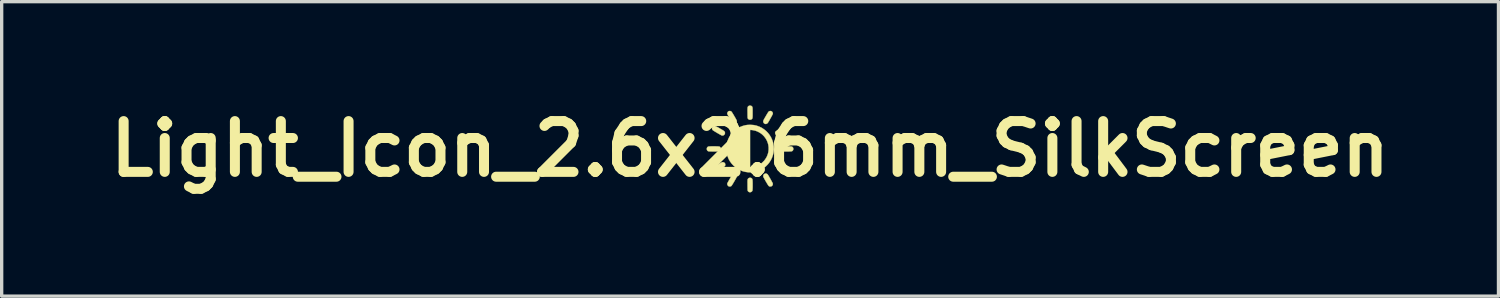
<source format=kicad_pcb>
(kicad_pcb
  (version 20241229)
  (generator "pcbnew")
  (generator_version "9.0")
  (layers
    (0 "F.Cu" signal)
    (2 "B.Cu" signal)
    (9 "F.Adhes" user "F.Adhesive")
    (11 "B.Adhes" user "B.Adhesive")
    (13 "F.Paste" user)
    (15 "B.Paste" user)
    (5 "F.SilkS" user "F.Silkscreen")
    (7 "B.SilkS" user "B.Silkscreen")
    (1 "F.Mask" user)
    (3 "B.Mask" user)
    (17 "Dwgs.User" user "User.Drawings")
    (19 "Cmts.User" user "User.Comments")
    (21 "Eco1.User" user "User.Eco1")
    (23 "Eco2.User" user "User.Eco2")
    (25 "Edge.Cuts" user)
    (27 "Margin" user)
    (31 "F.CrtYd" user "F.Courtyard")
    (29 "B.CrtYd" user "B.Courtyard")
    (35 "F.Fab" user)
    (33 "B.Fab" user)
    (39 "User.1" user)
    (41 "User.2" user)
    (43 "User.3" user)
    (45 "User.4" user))
  (footprint "Light_Icon_2.6x2.6mm_SilkScreen"
    (layer "F.Cu")
    (at 19.456 1.418)
    (property "Reference" "Light_Icon_2.6x2.6mm_SilkScreen" (at 0 0 0) (layer "F.SilkS") (effects (font (size 1.524 1.524) (thickness 0.3))))
    (attr through_hole)
    (fp_poly (pts (xy -1.059 -0.077) (xy -1.022 -0.076) (xy -0.988 -0.075) (xy -0.959 -0.074) (xy -0.936 -0.072) (xy -0.921 -0.069) (xy -0.916 -0.068) (xy -0.895 -0.053) (xy -0.882 -0.032) (xy -0.876 -0.005) (xy -0.876 0) (xy -0.88 0.028) (xy -0.892 0.05) (xy -0.912 0.066) (xy -0.916 0.068) (xy -0.927 0.071) (xy -0.947 0.073) (xy -0.973 0.075) (xy -1.005 0.076) (xy -1.04 0.077) (xy -1.077 0.077) (xy -1.115 0.077) (xy -1.152 0.076) (xy -1.186 0.075) (xy -1.215 0.074) (xy -1.238 0.072) (xy -1.254 0.069) (xy -1.259 0.068) (xy -1.28 0.052) (xy -1.293 0.031) (xy -1.298 0.004) (xy -1.298 0) (xy -1.294 -0.028) (xy -1.282 -0.05) (xy -1.262 -0.066) (xy -1.258 -0.068) (xy -1.247 -0.071) (xy -1.227 -0.073) (xy -1.201 -0.075) (xy -1.169 -0.076) (xy -1.134 -0.077) (xy -1.096 -0.077) (xy -1.059 -0.077)) (stroke (width 0.01) (type solid)) (fill yes) (layer "F.SilkS"))
    (fp_poly (pts (xy 1.116 -0.077) (xy 1.152 -0.076) (xy 1.186 -0.075) (xy 1.215 -0.074) (xy 1.238 -0.072) (xy 1.254 -0.069) (xy 1.258 -0.068) (xy 1.279 -0.053) (xy 1.293 -0.032) (xy 1.298 -0.005) (xy 1.298 0) (xy 1.294 0.028) (xy 1.282 0.05) (xy 1.262 0.066) (xy 1.258 0.068) (xy 1.247 0.071) (xy 1.227 0.073) (xy 1.201 0.075) (xy 1.169 0.076) (xy 1.134 0.077) (xy 1.097 0.077) (xy 1.059 0.077) (xy 1.022 0.076) (xy 0.989 0.075) (xy 0.959 0.074) (xy 0.936 0.072) (xy 0.92 0.069) (xy 0.916 0.068) (xy 0.894 0.052) (xy 0.881 0.031) (xy 0.876 0.004) (xy 0.876 0) (xy 0.88 -0.028) (xy 0.892 -0.05) (xy 0.912 -0.066) (xy 0.916 -0.068) (xy 0.927 -0.071) (xy 0.947 -0.073) (xy 0.973 -0.075) (xy 1.005 -0.076) (xy 1.041 -0.077) (xy 1.078 -0.077) (xy 1.116 -0.077)) (stroke (width 0.01) (type solid)) (fill yes) (layer "F.SilkS"))
    (fp_poly (pts (xy -1.059 -0.689) (xy -1.045 -0.685) (xy -1.029 -0.679) (xy -1.008 -0.669) (xy -0.982 -0.656) (xy -0.951 -0.639) (xy -0.914 -0.617) (xy -0.87 -0.591) (xy -0.817 -0.561) (xy -0.813 -0.558) (xy -0.786 -0.54) (xy -0.767 -0.523) (xy -0.757 -0.505) (xy -0.752 -0.485) (xy -0.752 -0.478) (xy -0.756 -0.452) (xy -0.768 -0.431) (xy -0.786 -0.414) (xy -0.807 -0.404) (xy -0.831 -0.401) (xy -0.854 -0.406) (xy -0.859 -0.408) (xy -0.877 -0.418) (xy -0.9 -0.431) (xy -0.928 -0.447) (xy -0.958 -0.464) (xy -0.989 -0.482) (xy -1.019 -0.5) (xy -1.048 -0.517) (xy -1.073 -0.533) (xy -1.094 -0.546) (xy -1.109 -0.555) (xy -1.116 -0.56) (xy -1.131 -0.579) (xy -1.14 -0.602) (xy -1.141 -0.626) (xy -1.14 -0.63) (xy -1.132 -0.649) (xy -1.118 -0.667) (xy -1.1 -0.681) (xy -1.097 -0.683) (xy -1.088 -0.687) (xy -1.08 -0.69) (xy -1.07 -0.691) (xy -1.059 -0.689)) (stroke (width 0.01) (type solid)) (fill yes) (layer "F.SilkS"))
    (fp_poly (pts (xy 0.48 0.74) (xy 0.501 0.746) (xy 0.52 0.758) (xy 0.532 0.77) (xy 0.541 0.785) (xy 0.554 0.805) (xy 0.569 0.831) (xy 0.585 0.859) (xy 0.603 0.89) (xy 0.621 0.921) (xy 0.637 0.952) (xy 0.653 0.98) (xy 0.666 1.005) (xy 0.676 1.025) (xy 0.682 1.038) (xy 0.683 1.042) (xy 0.683 1.065) (xy 0.675 1.088) (xy 0.66 1.108) (xy 0.649 1.117) (xy 0.629 1.125) (xy 0.605 1.128) (xy 0.582 1.125) (xy 0.577 1.123) (xy 0.569 1.119) (xy 0.562 1.112) (xy 0.553 1.103) (xy 0.542 1.088) (xy 0.53 1.069) (xy 0.514 1.043) (xy 0.495 1.011) (xy 0.471 0.97) (xy 0.468 0.965) (xy 0.447 0.928) (xy 0.43 0.898) (xy 0.418 0.875) (xy 0.409 0.858) (xy 0.402 0.844) (xy 0.399 0.834) (xy 0.397 0.825) (xy 0.396 0.817) (xy 0.396 0.815) (xy 0.4 0.787) (xy 0.413 0.765) (xy 0.434 0.749) (xy 0.461 0.739) (xy 0.48 0.74)) (stroke (width 0.01) (type solid)) (fill yes) (layer "F.SilkS"))
    (fp_poly (pts (xy -0.79 0.403) (xy -0.768 0.414) (xy -0.752 0.434) (xy -0.749 0.44) (xy -0.743 0.464) (xy -0.744 0.489) (xy -0.753 0.512) (xy -0.756 0.516) (xy -0.764 0.524) (xy -0.78 0.535) (xy -0.804 0.551) (xy -0.835 0.57) (xy -0.873 0.593) (xy -0.897 0.607) (xy -0.939 0.631) (xy -0.973 0.65) (xy -1 0.664) (xy -1.022 0.675) (xy -1.04 0.682) (xy -1.054 0.685) (xy -1.066 0.686) (xy -1.077 0.684) (xy -1.088 0.679) (xy -1.091 0.678) (xy -1.112 0.662) (xy -1.125 0.641) (xy -1.13 0.613) (xy -1.13 0.61) (xy -1.129 0.588) (xy -1.123 0.572) (xy -1.119 0.566) (xy -1.111 0.558) (xy -1.093 0.546) (xy -1.067 0.529) (xy -1.033 0.508) (xy -0.99 0.483) (xy -0.977 0.475) (xy -0.94 0.453) (xy -0.91 0.436) (xy -0.886 0.423) (xy -0.868 0.413) (xy -0.854 0.407) (xy -0.843 0.402) (xy -0.835 0.4) (xy -0.827 0.399) (xy -0.818 0.399) (xy -0.818 0.399) (xy -0.79 0.403)) (stroke (width 0.01) (type solid)) (fill yes) (layer "F.SilkS"))
    (fp_poly (pts (xy 0.627 -1.136) (xy 0.648 -1.128) (xy 0.666 -1.111) (xy 0.678 -1.09) (xy 0.684 -1.067) (xy 0.683 -1.053) (xy 0.68 -1.044) (xy 0.673 -1.029) (xy 0.661 -1.007) (xy 0.648 -0.981) (xy 0.632 -0.952) (xy 0.614 -0.921) (xy 0.597 -0.89) (xy 0.58 -0.859) (xy 0.564 -0.832) (xy 0.549 -0.808) (xy 0.538 -0.789) (xy 0.532 -0.78) (xy 0.519 -0.768) (xy 0.502 -0.757) (xy 0.483 -0.749) (xy 0.47 -0.747) (xy 0.459 -0.749) (xy 0.444 -0.754) (xy 0.438 -0.757) (xy 0.416 -0.772) (xy 0.402 -0.793) (xy 0.396 -0.819) (xy 0.396 -0.825) (xy 0.397 -0.833) (xy 0.398 -0.841) (xy 0.401 -0.851) (xy 0.406 -0.863) (xy 0.414 -0.879) (xy 0.425 -0.9) (xy 0.44 -0.926) (xy 0.46 -0.96) (xy 0.47 -0.978) (xy 0.489 -1.011) (xy 0.508 -1.042) (xy 0.525 -1.07) (xy 0.539 -1.093) (xy 0.551 -1.11) (xy 0.558 -1.119) (xy 0.559 -1.12) (xy 0.578 -1.132) (xy 0.602 -1.138) (xy 0.627 -1.136)) (stroke (width 0.01) (type solid)) (fill yes) (layer "F.SilkS"))
    (fp_poly (pts (xy -0.58 -1.133) (xy -0.56 -1.121) (xy -0.559 -1.12) (xy -0.552 -1.112) (xy -0.542 -1.096) (xy -0.527 -1.074) (xy -0.511 -1.047) (xy -0.492 -1.016) (xy -0.473 -0.983) (xy -0.47 -0.978) (xy -0.448 -0.94) (xy -0.431 -0.91) (xy -0.419 -0.887) (xy -0.409 -0.869) (xy -0.403 -0.855) (xy -0.399 -0.845) (xy -0.397 -0.836) (xy -0.396 -0.828) (xy -0.396 -0.826) (xy -0.401 -0.798) (xy -0.413 -0.775) (xy -0.434 -0.759) (xy -0.439 -0.756) (xy -0.458 -0.749) (xy -0.474 -0.748) (xy -0.491 -0.752) (xy -0.501 -0.756) (xy -0.516 -0.766) (xy -0.529 -0.777) (xy -0.532 -0.78) (xy -0.541 -0.795) (xy -0.554 -0.815) (xy -0.569 -0.841) (xy -0.586 -0.87) (xy -0.603 -0.9) (xy -0.621 -0.932) (xy -0.637 -0.962) (xy -0.653 -0.99) (xy -0.666 -1.015) (xy -0.676 -1.035) (xy -0.682 -1.048) (xy -0.683 -1.052) (xy -0.683 -1.074) (xy -0.675 -1.097) (xy -0.662 -1.117) (xy -0.649 -1.128) (xy -0.628 -1.136) (xy -0.604 -1.138) (xy -0.58 -1.133)) (stroke (width 0.01) (type solid)) (fill yes) (layer "F.SilkS"))
    (fp_poly (pts (xy 0.028 0.87) (xy 0.05 0.882) (xy 0.066 0.902) (xy 0.068 0.906) (xy 0.071 0.917) (xy 0.073 0.937) (xy 0.075 0.963) (xy 0.076 0.995) (xy 0.077 1.03) (xy 0.077 1.068) (xy 0.077 1.107) (xy 0.077 1.144) (xy 0.076 1.179) (xy 0.074 1.209) (xy 0.072 1.234) (xy 0.07 1.251) (xy 0.068 1.258) (xy 0.053 1.278) (xy 0.032 1.292) (xy 0.008 1.299) (xy -0.017 1.298) (xy -0.034 1.292) (xy -0.049 1.282) (xy -0.062 1.269) (xy -0.062 1.268) (xy -0.065 1.263) (xy -0.068 1.258) (xy -0.07 1.252) (xy -0.071 1.242) (xy -0.073 1.229) (xy -0.073 1.211) (xy -0.074 1.187) (xy -0.074 1.156) (xy -0.075 1.116) (xy -0.075 1.088) (xy -0.075 1.042) (xy -0.076 1.005) (xy -0.076 0.976) (xy -0.075 0.954) (xy -0.074 0.937) (xy -0.073 0.925) (xy -0.072 0.916) (xy -0.069 0.909) (xy -0.068 0.907) (xy -0.053 0.885) (xy -0.032 0.872) (xy -0.006 0.866) (xy 0 0.866) (xy 0.028 0.87)) (stroke (width 0.01) (type solid)) (fill yes) (layer "F.SilkS"))
    (fp_poly (pts (xy 1.082 -0.686) (xy 1.092 -0.681) (xy 1.097 -0.678) (xy 1.118 -0.662) (xy 1.131 -0.642) (xy 1.135 -0.617) (xy 1.135 -0.613) (xy 1.135 -0.6) (xy 1.133 -0.589) (xy 1.128 -0.579) (xy 1.121 -0.568) (xy 1.109 -0.557) (xy 1.093 -0.545) (xy 1.071 -0.53) (xy 1.042 -0.513) (xy 1.005 -0.491) (xy 0.982 -0.478) (xy 0.941 -0.454) (xy 0.908 -0.436) (xy 0.881 -0.422) (xy 0.859 -0.411) (xy 0.842 -0.405) (xy 0.828 -0.402) (xy 0.816 -0.402) (xy 0.805 -0.404) (xy 0.795 -0.409) (xy 0.793 -0.41) (xy 0.771 -0.426) (xy 0.757 -0.449) (xy 0.752 -0.476) (xy 0.752 -0.478) (xy 0.752 -0.49) (xy 0.754 -0.5) (xy 0.758 -0.51) (xy 0.766 -0.52) (xy 0.777 -0.531) (xy 0.793 -0.543) (xy 0.815 -0.558) (xy 0.844 -0.575) (xy 0.88 -0.597) (xy 0.906 -0.612) (xy 0.947 -0.635) (xy 0.981 -0.654) (xy 1.008 -0.668) (xy 1.029 -0.678) (xy 1.046 -0.685) (xy 1.06 -0.688) (xy 1.071 -0.688) (xy 1.082 -0.686)) (stroke (width 0.01) (type solid)) (fill yes) (layer "F.SilkS"))
    (fp_poly (pts (xy 0.826 0.399) (xy 0.834 0.4) (xy 0.843 0.402) (xy 0.854 0.406) (xy 0.867 0.413) (xy 0.885 0.422) (xy 0.909 0.435) (xy 0.938 0.452) (xy 0.976 0.474) (xy 0.977 0.475) (xy 1.019 0.499) (xy 1.052 0.519) (xy 1.079 0.536) (xy 1.099 0.549) (xy 1.114 0.561) (xy 1.124 0.572) (xy 1.13 0.582) (xy 1.133 0.592) (xy 1.135 0.603) (xy 1.135 0.613) (xy 1.132 0.638) (xy 1.122 0.657) (xy 1.104 0.673) (xy 1.092 0.679) (xy 1.075 0.687) (xy 1.062 0.69) (xy 1.049 0.688) (xy 1.04 0.686) (xy 1.03 0.681) (xy 1.012 0.673) (xy 0.989 0.66) (xy 0.962 0.645) (xy 0.933 0.628) (xy 0.901 0.609) (xy 0.87 0.591) (xy 0.84 0.572) (xy 0.812 0.555) (xy 0.789 0.54) (xy 0.771 0.528) (xy 0.759 0.52) (xy 0.756 0.516) (xy 0.746 0.494) (xy 0.743 0.469) (xy 0.747 0.444) (xy 0.749 0.44) (xy 0.764 0.418) (xy 0.785 0.405) (xy 0.811 0.399) (xy 0.818 0.399) (xy 0.826 0.399)) (stroke (width 0.01) (type solid)) (fill yes) (layer "F.SilkS"))
    (fp_poly (pts (xy -0.461 0.739) (xy -0.445 0.744) (xy -0.445 0.744) (xy -0.421 0.758) (xy -0.405 0.778) (xy -0.397 0.804) (xy -0.396 0.815) (xy -0.397 0.823) (xy -0.398 0.831) (xy -0.401 0.84) (xy -0.406 0.853) (xy -0.414 0.868) (xy -0.425 0.889) (xy -0.44 0.916) (xy -0.46 0.95) (xy -0.47 0.967) (xy -0.489 1.001) (xy -0.508 1.032) (xy -0.525 1.06) (xy -0.539 1.083) (xy -0.551 1.1) (xy -0.558 1.109) (xy -0.559 1.11) (xy -0.57 1.119) (xy -0.583 1.124) (xy -0.602 1.126) (xy -0.603 1.126) (xy -0.622 1.127) (xy -0.635 1.124) (xy -0.647 1.118) (xy -0.651 1.116) (xy -0.667 1.099) (xy -0.679 1.078) (xy -0.685 1.055) (xy -0.684 1.041) (xy -0.68 1.032) (xy -0.673 1.016) (xy -0.661 0.994) (xy -0.646 0.967) (xy -0.63 0.938) (xy -0.612 0.906) (xy -0.594 0.875) (xy -0.576 0.845) (xy -0.56 0.817) (xy -0.545 0.793) (xy -0.533 0.775) (xy -0.525 0.763) (xy -0.523 0.761) (xy -0.509 0.751) (xy -0.492 0.743) (xy -0.489 0.741) (xy -0.474 0.738) (xy -0.461 0.739)) (stroke (width 0.01) (type solid)) (fill yes) (layer "F.SilkS"))
    (fp_poly (pts (xy 0.025 -1.295) (xy 0.044 -1.287) (xy 0.052 -1.28) (xy 0.059 -1.273) (xy 0.065 -1.265) (xy 0.069 -1.255) (xy 0.072 -1.24) (xy 0.074 -1.222) (xy 0.075 -1.197) (xy 0.076 -1.165) (xy 0.076 -1.125) (xy 0.076 -1.087) (xy 0.076 -1.04) (xy 0.076 -1.002) (xy 0.075 -0.972) (xy 0.074 -0.948) (xy 0.071 -0.93) (xy 0.068 -0.917) (xy 0.064 -0.907) (xy 0.058 -0.899) (xy 0.051 -0.893) (xy 0.044 -0.888) (xy 0.024 -0.879) (xy -0.001 -0.875) (xy -0.024 -0.878) (xy -0.034 -0.882) (xy -0.049 -0.892) (xy -0.062 -0.906) (xy -0.062 -0.906) (xy -0.066 -0.911) (xy -0.068 -0.916) (xy -0.07 -0.923) (xy -0.072 -0.932) (xy -0.073 -0.946) (xy -0.073 -0.964) (xy -0.074 -0.989) (xy -0.075 -1.021) (xy -0.075 -1.061) (xy -0.075 -1.081) (xy -0.076 -1.129) (xy -0.076 -1.168) (xy -0.075 -1.199) (xy -0.074 -1.223) (xy -0.072 -1.241) (xy -0.069 -1.255) (xy -0.065 -1.265) (xy -0.06 -1.273) (xy -0.053 -1.28) (xy -0.044 -1.287) (xy -0.044 -1.287) (xy -0.024 -1.296) (xy 0.001 -1.298) (xy 0.025 -1.295)) (stroke (width 0.01) (type solid)) (fill yes) (layer "F.SilkS"))
    (fp_poly (pts (xy 0.052 -0.72) (xy 0.093 -0.717) (xy 0.119 -0.714) (xy 0.201 -0.695) (xy 0.279 -0.667) (xy 0.352 -0.631) (xy 0.419 -0.587) (xy 0.482 -0.536) (xy 0.538 -0.478) (xy 0.587 -0.415) (xy 0.629 -0.346) (xy 0.663 -0.272) (xy 0.689 -0.195) (xy 0.705 -0.113) (xy 0.711 -0.067) (xy 0.713 0.017) (xy 0.705 0.1) (xy 0.687 0.18) (xy 0.661 0.257) (xy 0.626 0.33) (xy 0.583 0.399) (xy 0.533 0.463) (xy 0.474 0.522) (xy 0.409 0.574) (xy 0.337 0.618) (xy 0.315 0.63) (xy 0.241 0.661) (xy 0.163 0.684) (xy 0.082 0.698) (xy -0.002 0.702) (xy -0.061 0.7) (xy -0.141 0.689) (xy -0.219 0.669) (xy -0.294 0.639) (xy -0.366 0.601) (xy -0.434 0.555) (xy -0.496 0.501) (xy -0.553 0.44) (xy -0.603 0.372) (xy -0.605 0.368) (xy -0.644 0.299) (xy -0.673 0.226) (xy -0.695 0.149) (xy -0.708 0.069) (xy -0.712 -0.011) (xy -0.708 -0.092) (xy -0.695 -0.172) (xy -0.678 -0.232) (xy -0.647 -0.31) (xy -0.608 -0.383) (xy -0.561 -0.451) (xy -0.507 -0.512) (xy -0.445 -0.567) (xy -0.442 -0.569) (xy 0 -0.569) (xy 0 0.549) (xy 0.027 0.549) (xy 0.045 0.548) (xy 0.068 0.545) (xy 0.092 0.542) (xy 0.096 0.541) (xy 0.169 0.523) (xy 0.237 0.496) (xy 0.301 0.461) (xy 0.36 0.417) (xy 0.413 0.366) (xy 0.459 0.308) (xy 0.498 0.244) (xy 0.502 0.236) (xy 0.53 0.168) (xy 0.549 0.098) (xy 0.558 0.026) (xy 0.558 -0.047) (xy 0.549 -0.119) (xy 0.53 -0.189) (xy 0.502 -0.256) (xy 0.464 -0.322) (xy 0.418 -0.381) (xy 0.365 -0.434) (xy 0.305 -0.479) (xy 0.24 -0.515) (xy 0.175 -0.542) (xy 0.143 -0.551) (xy 0.107 -0.559) (xy 0.071 -0.565) (xy 0.038 -0.569) (xy 0.027 -0.569) (xy 0 -0.569) (xy -0.442 -0.569) (xy -0.378 -0.614) (xy -0.306 -0.654) (xy -0.228 -0.686) (xy -0.146 -0.708) (xy -0.117 -0.714) (xy -0.081 -0.719) (xy -0.039 -0.721) (xy 0.006 -0.722) (xy 0.052 -0.72)) (stroke (width 0.01) (type solid)) (fill yes) (layer "F.SilkS")))
  (gr_rect
    (start -3 -3)
    (end 41.913 5.836)
    (stroke (width 0.1) (type default))
    (fill no)
    (layer "Edge.Cuts")))
</source>
